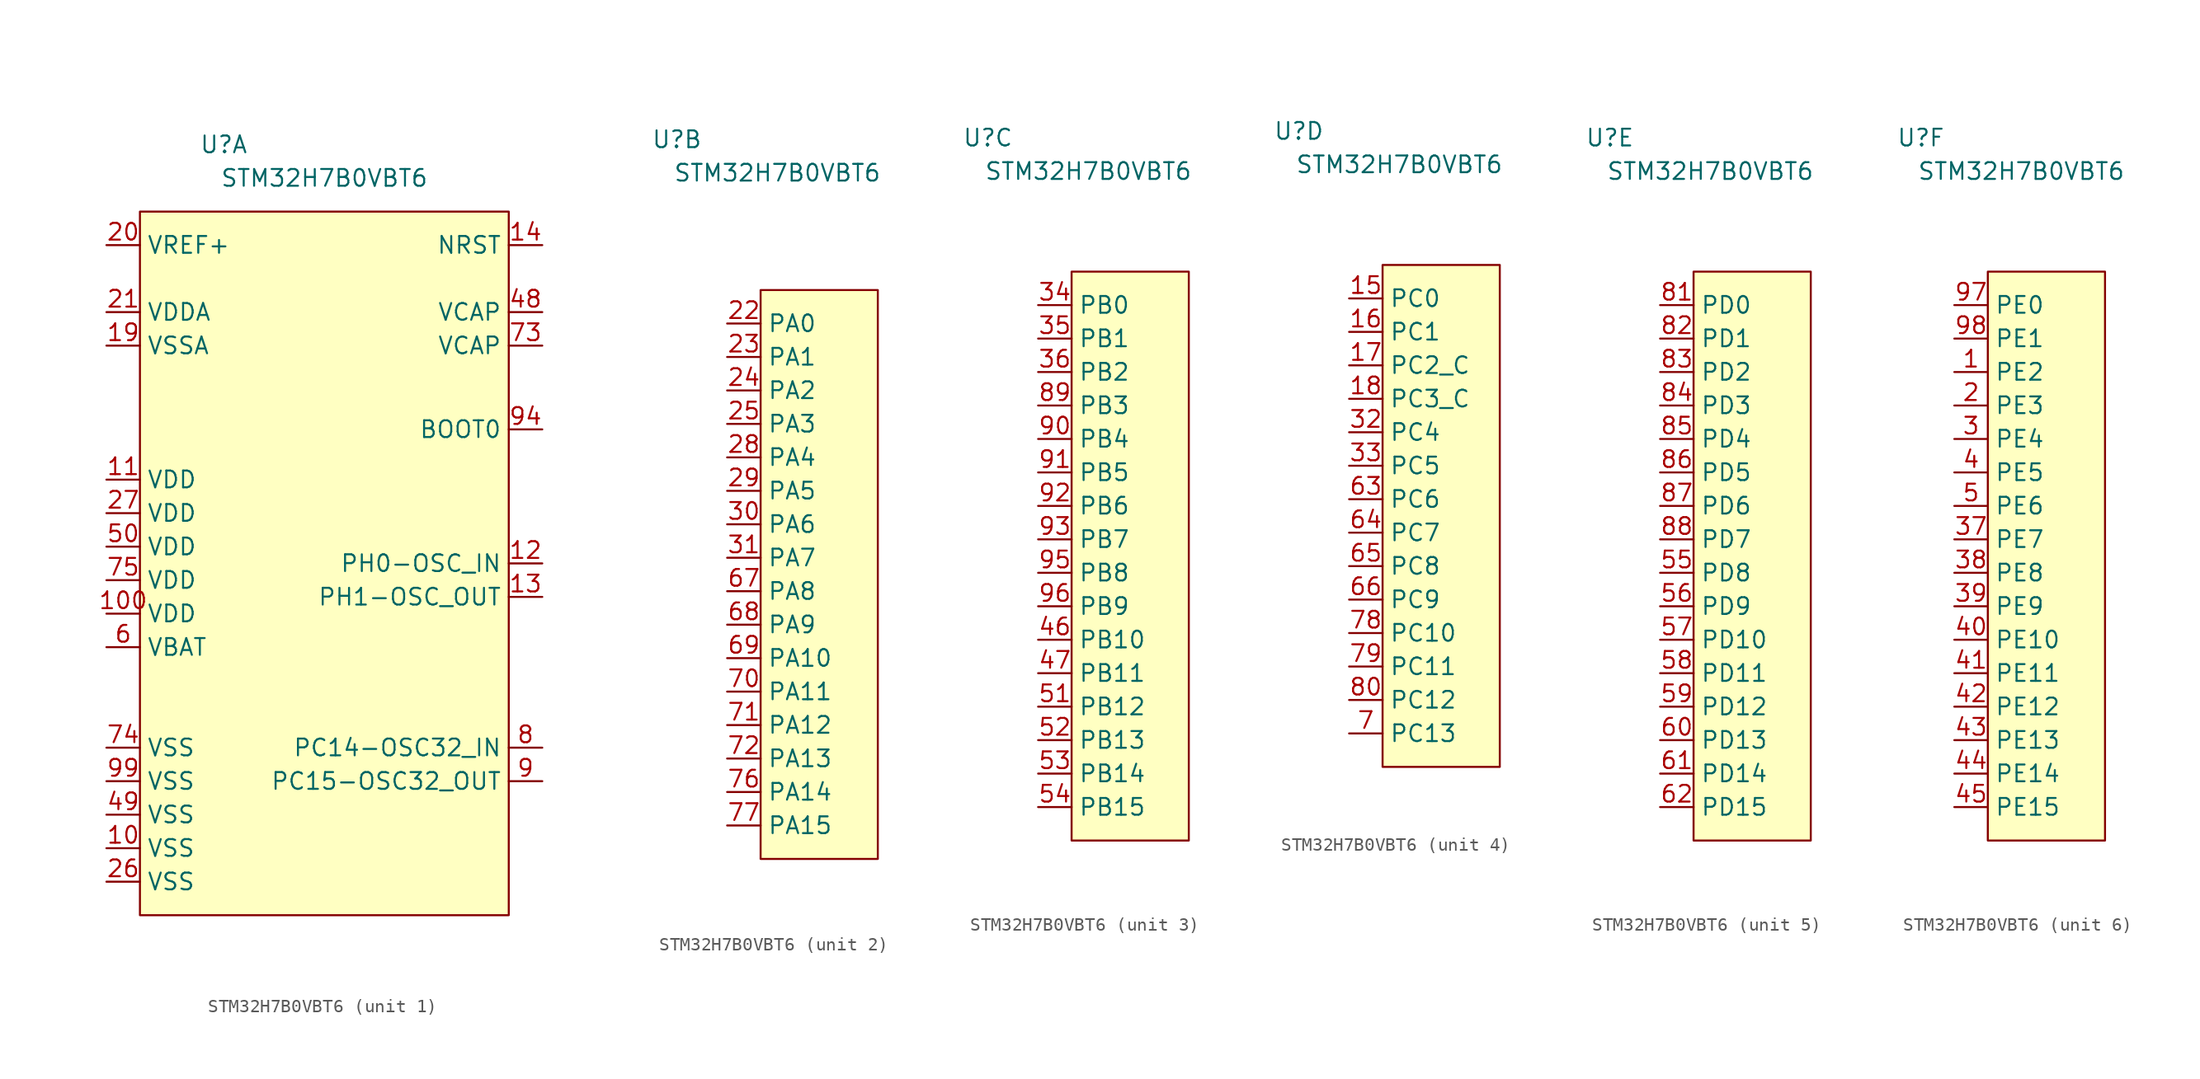
<source format=kicad_sym>
(kicad_symbol_lib
  (version 20211014)
  (generator kicad_symbol_editor)
  (symbol "STM32H7B0VBT6"
    (property "Reference" "U"
      (at -10.16 31.75 0)
      (effects (font (size 1.27 1.27))))
    (property "Value" "STM32H7B0VBT6"
      (at -2.54 29.21 0)
      (effects (font (size 1.27 1.27))))
    (property "ki_locked" ""
      (at 0 0 0)
      (effects (font (size 1.27 1.27))))
    (symbol "STM32H7B0VBT6_1_1"
      (rectangle (start -16.51 26.67) (end 11.43 -26.67) (stroke (width 0) (type default) (color 0 0 0 0)) (fill (type background)))
      (pin passive line (at -19.05 -21.59 0) (length 2.54) (name "VSS" (effects (font (size 1.27 1.27)))) (number "10" (effects (font (size 1.27 1.27)))))
      (pin passive line (at -19.05 -3.81 0) (length 2.54) (name "VDD" (effects (font (size 1.27 1.27)))) (number "100" (effects (font (size 1.27 1.27)))))
      (pin passive line (at -19.05 6.35 0) (length 2.54) (name "VDD" (effects (font (size 1.27 1.27)))) (number "11" (effects (font (size 1.27 1.27)))))
      (pin passive line (at 13.97 0 180) (length 2.54) (name "PH0-OSC_IN" (effects (font (size 1.27 1.27)))) (number "12" (effects (font (size 1.27 1.27)))))
      (pin passive line (at 13.97 -2.54 180) (length 2.54) (name "PH1-OSC_OUT" (effects (font (size 1.27 1.27)))) (number "13" (effects (font (size 1.27 1.27)))))
      (pin passive line (at 13.97 24.13 180) (length 2.54) (name "NRST" (effects (font (size 1.27 1.27)))) (number "14" (effects (font (size 1.27 1.27)))))
      (pin passive line (at -19.05 16.51 0) (length 2.54) (name "VSSA" (effects (font (size 1.27 1.27)))) (number "19" (effects (font (size 1.27 1.27)))))
      (pin passive line (at -19.05 24.13 0) (length 2.54) (name "VREF+" (effects (font (size 1.27 1.27)))) (number "20" (effects (font (size 1.27 1.27)))))
      (pin passive line (at -19.05 19.05 0) (length 2.54) (name "VDDA" (effects (font (size 1.27 1.27)))) (number "21" (effects (font (size 1.27 1.27)))))
      (pin passive line (at -19.05 -24.13 0) (length 2.54) (name "VSS" (effects (font (size 1.27 1.27)))) (number "26" (effects (font (size 1.27 1.27)))))
      (pin passive line (at -19.05 3.81 0) (length 2.54) (name "VDD" (effects (font (size 1.27 1.27)))) (number "27" (effects (font (size 1.27 1.27)))))
      (pin passive line (at 13.97 19.05 180) (length 2.54) (name "VCAP" (effects (font (size 1.27 1.27)))) (number "48" (effects (font (size 1.27 1.27)))))
      (pin passive line (at -19.05 -19.05 0) (length 2.54) (name "VSS" (effects (font (size 1.27 1.27)))) (number "49" (effects (font (size 1.27 1.27)))))
      (pin passive line (at -19.05 1.27 0) (length 2.54) (name "VDD" (effects (font (size 1.27 1.27)))) (number "50" (effects (font (size 1.27 1.27)))))
      (pin passive line (at -19.05 -6.35 0) (length 2.54) (name "VBAT" (effects (font (size 1.27 1.27)))) (number "6" (effects (font (size 1.27 1.27)))))
      (pin passive line (at 13.97 16.51 180) (length 2.54) (name "VCAP" (effects (font (size 1.27 1.27)))) (number "73" (effects (font (size 1.27 1.27)))))
      (pin passive line (at -19.05 -13.97 0) (length 2.54) (name "VSS" (effects (font (size 1.27 1.27)))) (number "74" (effects (font (size 1.27 1.27)))))
      (pin passive line (at -19.05 -1.27 0) (length 2.54) (name "VDD" (effects (font (size 1.27 1.27)))) (number "75" (effects (font (size 1.27 1.27)))))
      (pin passive line (at 13.97 -13.97 180) (length 2.54) (name "PC14-OSC32_IN" (effects (font (size 1.27 1.27)))) (number "8" (effects (font (size 1.27 1.27)))))
      (pin passive line (at 13.97 -16.51 180) (length 2.54) (name "PC15-OSC32_OUT" (effects (font (size 1.27 1.27)))) (number "9" (effects (font (size 1.27 1.27)))))
      (pin passive line (at 13.97 10.16 180) (length 2.54) (name "BOOT0" (effects (font (size 1.27 1.27)))) (number "94" (effects (font (size 1.27 1.27)))))
      (pin passive line (at -19.05 -16.51 0) (length 2.54) (name "VSS" (effects (font (size 1.27 1.27)))) (number "99" (effects (font (size 1.27 1.27))))))
    (symbol "STM32H7B0VBT6_2_1"
      (rectangle (start -3.81 20.32) (end 5.08 -22.86) (stroke (width 0) (type default) (color 0 0 0 0)) (fill (type background)))
      (pin passive line (at -6.35 17.78 0) (length 2.54) (name "PA0" (effects (font (size 1.27 1.27)))) (number "22" (effects (font (size 1.27 1.27)))))
      (pin passive line (at -6.35 15.24 0) (length 2.54) (name "PA1" (effects (font (size 1.27 1.27)))) (number "23" (effects (font (size 1.27 1.27)))))
      (pin passive line (at -6.35 12.7 0) (length 2.54) (name "PA2" (effects (font (size 1.27 1.27)))) (number "24" (effects (font (size 1.27 1.27)))))
      (pin passive line (at -6.35 10.16 0) (length 2.54) (name "PA3" (effects (font (size 1.27 1.27)))) (number "25" (effects (font (size 1.27 1.27)))))
      (pin passive line (at -6.35 7.62 0) (length 2.54) (name "PA4" (effects (font (size 1.27 1.27)))) (number "28" (effects (font (size 1.27 1.27)))))
      (pin passive line (at -6.35 5.08 0) (length 2.54) (name "PA5" (effects (font (size 1.27 1.27)))) (number "29" (effects (font (size 1.27 1.27)))))
      (pin passive line (at -6.35 2.54 0) (length 2.54) (name "PA6" (effects (font (size 1.27 1.27)))) (number "30" (effects (font (size 1.27 1.27)))))
      (pin passive line (at -6.35 0 0) (length 2.54) (name "PA7" (effects (font (size 1.27 1.27)))) (number "31" (effects (font (size 1.27 1.27)))))
      (pin passive line (at -6.35 -2.54 0) (length 2.54) (name "PA8" (effects (font (size 1.27 1.27)))) (number "67" (effects (font (size 1.27 1.27)))))
      (pin passive line (at -6.35 -5.08 0) (length 2.54) (name "PA9" (effects (font (size 1.27 1.27)))) (number "68" (effects (font (size 1.27 1.27)))))
      (pin passive line (at -6.35 -7.62 0) (length 2.54) (name "PA10" (effects (font (size 1.27 1.27)))) (number "69" (effects (font (size 1.27 1.27)))))
      (pin passive line (at -6.35 -10.16 0) (length 2.54) (name "PA11" (effects (font (size 1.27 1.27)))) (number "70" (effects (font (size 1.27 1.27)))))
      (pin passive line (at -6.35 -12.7 0) (length 2.54) (name "PA12" (effects (font (size 1.27 1.27)))) (number "71" (effects (font (size 1.27 1.27)))))
      (pin passive line (at -6.35 -15.24 0) (length 2.54) (name "PA13" (effects (font (size 1.27 1.27)))) (number "72" (effects (font (size 1.27 1.27)))))
      (pin passive line (at -6.35 -17.78 0) (length 2.54) (name "PA14" (effects (font (size 1.27 1.27)))) (number "76" (effects (font (size 1.27 1.27)))))
      (pin passive line (at -6.35 -20.32 0) (length 2.54) (name "PA15" (effects (font (size 1.27 1.27)))) (number "77" (effects (font (size 1.27 1.27))))))
    (symbol "STM32H7B0VBT6_3_1"
      (rectangle (start -3.81 21.59) (end 5.08 -21.59) (stroke (width 0) (type default) (color 0 0 0 0)) (fill (type background)))
      (pin passive line (at -6.35 19.05 0) (length 2.54) (name "PB0" (effects (font (size 1.27 1.27)))) (number "34" (effects (font (size 1.27 1.27)))))
      (pin passive line (at -6.35 16.51 0) (length 2.54) (name "PB1" (effects (font (size 1.27 1.27)))) (number "35" (effects (font (size 1.27 1.27)))))
      (pin passive line (at -6.35 13.97 0) (length 2.54) (name "PB2" (effects (font (size 1.27 1.27)))) (number "36" (effects (font (size 1.27 1.27)))))
      (pin passive line (at -6.35 -6.35 0) (length 2.54) (name "PB10" (effects (font (size 1.27 1.27)))) (number "46" (effects (font (size 1.27 1.27)))))
      (pin passive line (at -6.35 -8.89 0) (length 2.54) (name "PB11" (effects (font (size 1.27 1.27)))) (number "47" (effects (font (size 1.27 1.27)))))
      (pin passive line (at -6.35 -11.43 0) (length 2.54) (name "PB12" (effects (font (size 1.27 1.27)))) (number "51" (effects (font (size 1.27 1.27)))))
      (pin passive line (at -6.35 -13.97 0) (length 2.54) (name "PB13" (effects (font (size 1.27 1.27)))) (number "52" (effects (font (size 1.27 1.27)))))
      (pin passive line (at -6.35 -16.51 0) (length 2.54) (name "PB14" (effects (font (size 1.27 1.27)))) (number "53" (effects (font (size 1.27 1.27)))))
      (pin passive line (at -6.35 -19.05 0) (length 2.54) (name "PB15" (effects (font (size 1.27 1.27)))) (number "54" (effects (font (size 1.27 1.27)))))
      (pin passive line (at -6.35 11.43 0) (length 2.54) (name "PB3" (effects (font (size 1.27 1.27)))) (number "89" (effects (font (size 1.27 1.27)))))
      (pin passive line (at -6.35 8.89 0) (length 2.54) (name "PB4" (effects (font (size 1.27 1.27)))) (number "90" (effects (font (size 1.27 1.27)))))
      (pin passive line (at -6.35 6.35 0) (length 2.54) (name "PB5" (effects (font (size 1.27 1.27)))) (number "91" (effects (font (size 1.27 1.27)))))
      (pin passive line (at -6.35 3.81 0) (length 2.54) (name "PB6" (effects (font (size 1.27 1.27)))) (number "92" (effects (font (size 1.27 1.27)))))
      (pin passive line (at -6.35 1.27 0) (length 2.54) (name "PB7" (effects (font (size 1.27 1.27)))) (number "93" (effects (font (size 1.27 1.27)))))
      (pin passive line (at -6.35 -1.27 0) (length 2.54) (name "PB8" (effects (font (size 1.27 1.27)))) (number "95" (effects (font (size 1.27 1.27)))))
      (pin passive line (at -6.35 -3.81 0) (length 2.54) (name "PB9" (effects (font (size 1.27 1.27)))) (number "96" (effects (font (size 1.27 1.27))))))
    (symbol "STM32H7B0VBT6_4_1"
      (rectangle (start -3.81 21.59) (end 5.08 -16.51) (stroke (width 0) (type default) (color 0 0 0 0)) (fill (type background)))
      (pin passive line (at -6.35 19.05 0) (length 2.54) (name "PC0" (effects (font (size 1.27 1.27)))) (number "15" (effects (font (size 1.27 1.27)))))
      (pin passive line (at -6.35 16.51 0) (length 2.54) (name "PC1" (effects (font (size 1.27 1.27)))) (number "16" (effects (font (size 1.27 1.27)))))
      (pin passive line (at -6.35 13.97 0) (length 2.54) (name "PC2_C" (effects (font (size 1.27 1.27)))) (number "17" (effects (font (size 1.27 1.27)))))
      (pin passive line (at -6.35 11.43 0) (length 2.54) (name "PC3_C" (effects (font (size 1.27 1.27)))) (number "18" (effects (font (size 1.27 1.27)))))
      (pin passive line (at -6.35 8.89 0) (length 2.54) (name "PC4" (effects (font (size 1.27 1.27)))) (number "32" (effects (font (size 1.27 1.27)))))
      (pin passive line (at -6.35 6.35 0) (length 2.54) (name "PC5" (effects (font (size 1.27 1.27)))) (number "33" (effects (font (size 1.27 1.27)))))
      (pin passive line (at -6.35 3.81 0) (length 2.54) (name "PC6" (effects (font (size 1.27 1.27)))) (number "63" (effects (font (size 1.27 1.27)))))
      (pin passive line (at -6.35 1.27 0) (length 2.54) (name "PC7" (effects (font (size 1.27 1.27)))) (number "64" (effects (font (size 1.27 1.27)))))
      (pin passive line (at -6.35 -1.27 0) (length 2.54) (name "PC8" (effects (font (size 1.27 1.27)))) (number "65" (effects (font (size 1.27 1.27)))))
      (pin passive line (at -6.35 -3.81 0) (length 2.54) (name "PC9" (effects (font (size 1.27 1.27)))) (number "66" (effects (font (size 1.27 1.27)))))
      (pin passive line (at -6.35 -13.97 0) (length 2.54) (name "PC13" (effects (font (size 1.27 1.27)))) (number "7" (effects (font (size 1.27 1.27)))))
      (pin passive line (at -6.35 -6.35 0) (length 2.54) (name "PC10" (effects (font (size 1.27 1.27)))) (number "78" (effects (font (size 1.27 1.27)))))
      (pin passive line (at -6.35 -8.89 0) (length 2.54) (name "PC11" (effects (font (size 1.27 1.27)))) (number "79" (effects (font (size 1.27 1.27)))))
      (pin passive line (at -6.35 -11.43 0) (length 2.54) (name "PC12" (effects (font (size 1.27 1.27)))) (number "80" (effects (font (size 1.27 1.27))))))
    (symbol "STM32H7B0VBT6_5_1"
      (rectangle (start -3.81 21.59) (end 5.08 -21.59) (stroke (width 0) (type default) (color 0 0 0 0)) (fill (type background)))
      (pin passive line (at -6.35 -1.27 0) (length 2.54) (name "PD8" (effects (font (size 1.27 1.27)))) (number "55" (effects (font (size 1.27 1.27)))))
      (pin passive line (at -6.35 -3.81 0) (length 2.54) (name "PD9" (effects (font (size 1.27 1.27)))) (number "56" (effects (font (size 1.27 1.27)))))
      (pin passive line (at -6.35 -6.35 0) (length 2.54) (name "PD10" (effects (font (size 1.27 1.27)))) (number "57" (effects (font (size 1.27 1.27)))))
      (pin passive line (at -6.35 -8.89 0) (length 2.54) (name "PD11" (effects (font (size 1.27 1.27)))) (number "58" (effects (font (size 1.27 1.27)))))
      (pin passive line (at -6.35 -11.43 0) (length 2.54) (name "PD12" (effects (font (size 1.27 1.27)))) (number "59" (effects (font (size 1.27 1.27)))))
      (pin passive line (at -6.35 -13.97 0) (length 2.54) (name "PD13" (effects (font (size 1.27 1.27)))) (number "60" (effects (font (size 1.27 1.27)))))
      (pin passive line (at -6.35 -16.51 0) (length 2.54) (name "PD14" (effects (font (size 1.27 1.27)))) (number "61" (effects (font (size 1.27 1.27)))))
      (pin passive line (at -6.35 -19.05 0) (length 2.54) (name "PD15" (effects (font (size 1.27 1.27)))) (number "62" (effects (font (size 1.27 1.27)))))
      (pin passive line (at -6.35 19.05 0) (length 2.54) (name "PD0" (effects (font (size 1.27 1.27)))) (number "81" (effects (font (size 1.27 1.27)))))
      (pin passive line (at -6.35 16.51 0) (length 2.54) (name "PD1" (effects (font (size 1.27 1.27)))) (number "82" (effects (font (size 1.27 1.27)))))
      (pin passive line (at -6.35 13.97 0) (length 2.54) (name "PD2" (effects (font (size 1.27 1.27)))) (number "83" (effects (font (size 1.27 1.27)))))
      (pin passive line (at -6.35 11.43 0) (length 2.54) (name "PD3" (effects (font (size 1.27 1.27)))) (number "84" (effects (font (size 1.27 1.27)))))
      (pin passive line (at -6.35 8.89 0) (length 2.54) (name "PD4" (effects (font (size 1.27 1.27)))) (number "85" (effects (font (size 1.27 1.27)))))
      (pin passive line (at -6.35 6.35 0) (length 2.54) (name "PD5" (effects (font (size 1.27 1.27)))) (number "86" (effects (font (size 1.27 1.27)))))
      (pin passive line (at -6.35 3.81 0) (length 2.54) (name "PD6" (effects (font (size 1.27 1.27)))) (number "87" (effects (font (size 1.27 1.27)))))
      (pin passive line (at -6.35 1.27 0) (length 2.54) (name "PD7" (effects (font (size 1.27 1.27)))) (number "88" (effects (font (size 1.27 1.27))))))
    (symbol "STM32H7B0VBT6_6_1"
      (rectangle (start -5.08 21.59) (end 3.81 -21.59) (stroke (width 0) (type default) (color 0 0 0 0)) (fill (type background)))
      (pin passive line (at -7.62 13.97 0) (length 2.54) (name "PE2" (effects (font (size 1.27 1.27)))) (number "1" (effects (font (size 1.27 1.27)))))
      (pin passive line (at -7.62 11.43 0) (length 2.54) (name "PE3" (effects (font (size 1.27 1.27)))) (number "2" (effects (font (size 1.27 1.27)))))
      (pin passive line (at -7.62 8.89 0) (length 2.54) (name "PE4" (effects (font (size 1.27 1.27)))) (number "3" (effects (font (size 1.27 1.27)))))
      (pin passive line (at -7.62 1.27 0) (length 2.54) (name "PE7" (effects (font (size 1.27 1.27)))) (number "37" (effects (font (size 1.27 1.27)))))
      (pin passive line (at -7.62 -1.27 0) (length 2.54) (name "PE8" (effects (font (size 1.27 1.27)))) (number "38" (effects (font (size 1.27 1.27)))))
      (pin passive line (at -7.62 -3.81 0) (length 2.54) (name "PE9" (effects (font (size 1.27 1.27)))) (number "39" (effects (font (size 1.27 1.27)))))
      (pin passive line (at -7.62 6.35 0) (length 2.54) (name "PE5" (effects (font (size 1.27 1.27)))) (number "4" (effects (font (size 1.27 1.27)))))
      (pin passive line (at -7.62 -6.35 0) (length 2.54) (name "PE10" (effects (font (size 1.27 1.27)))) (number "40" (effects (font (size 1.27 1.27)))))
      (pin passive line (at -7.62 -8.89 0) (length 2.54) (name "PE11" (effects (font (size 1.27 1.27)))) (number "41" (effects (font (size 1.27 1.27)))))
      (pin passive line (at -7.62 -11.43 0) (length 2.54) (name "PE12" (effects (font (size 1.27 1.27)))) (number "42" (effects (font (size 1.27 1.27)))))
      (pin passive line (at -7.62 -13.97 0) (length 2.54) (name "PE13" (effects (font (size 1.27 1.27)))) (number "43" (effects (font (size 1.27 1.27)))))
      (pin passive line (at -7.62 -16.51 0) (length 2.54) (name "PE14" (effects (font (size 1.27 1.27)))) (number "44" (effects (font (size 1.27 1.27)))))
      (pin passive line (at -7.62 -19.05 0) (length 2.54) (name "PE15" (effects (font (size 1.27 1.27)))) (number "45" (effects (font (size 1.27 1.27)))))
      (pin passive line (at -7.62 3.81 0) (length 2.54) (name "PE6" (effects (font (size 1.27 1.27)))) (number "5" (effects (font (size 1.27 1.27)))))
      (pin passive line (at -7.62 19.05 0) (length 2.54) (name "PE0" (effects (font (size 1.27 1.27)))) (number "97" (effects (font (size 1.27 1.27)))))
      (pin passive line (at -7.62 16.51 0) (length 2.54) (name "PE1" (effects (font (size 1.27 1.27)))) (number "98" (effects (font (size 1.27 1.27))))))))
</source>
